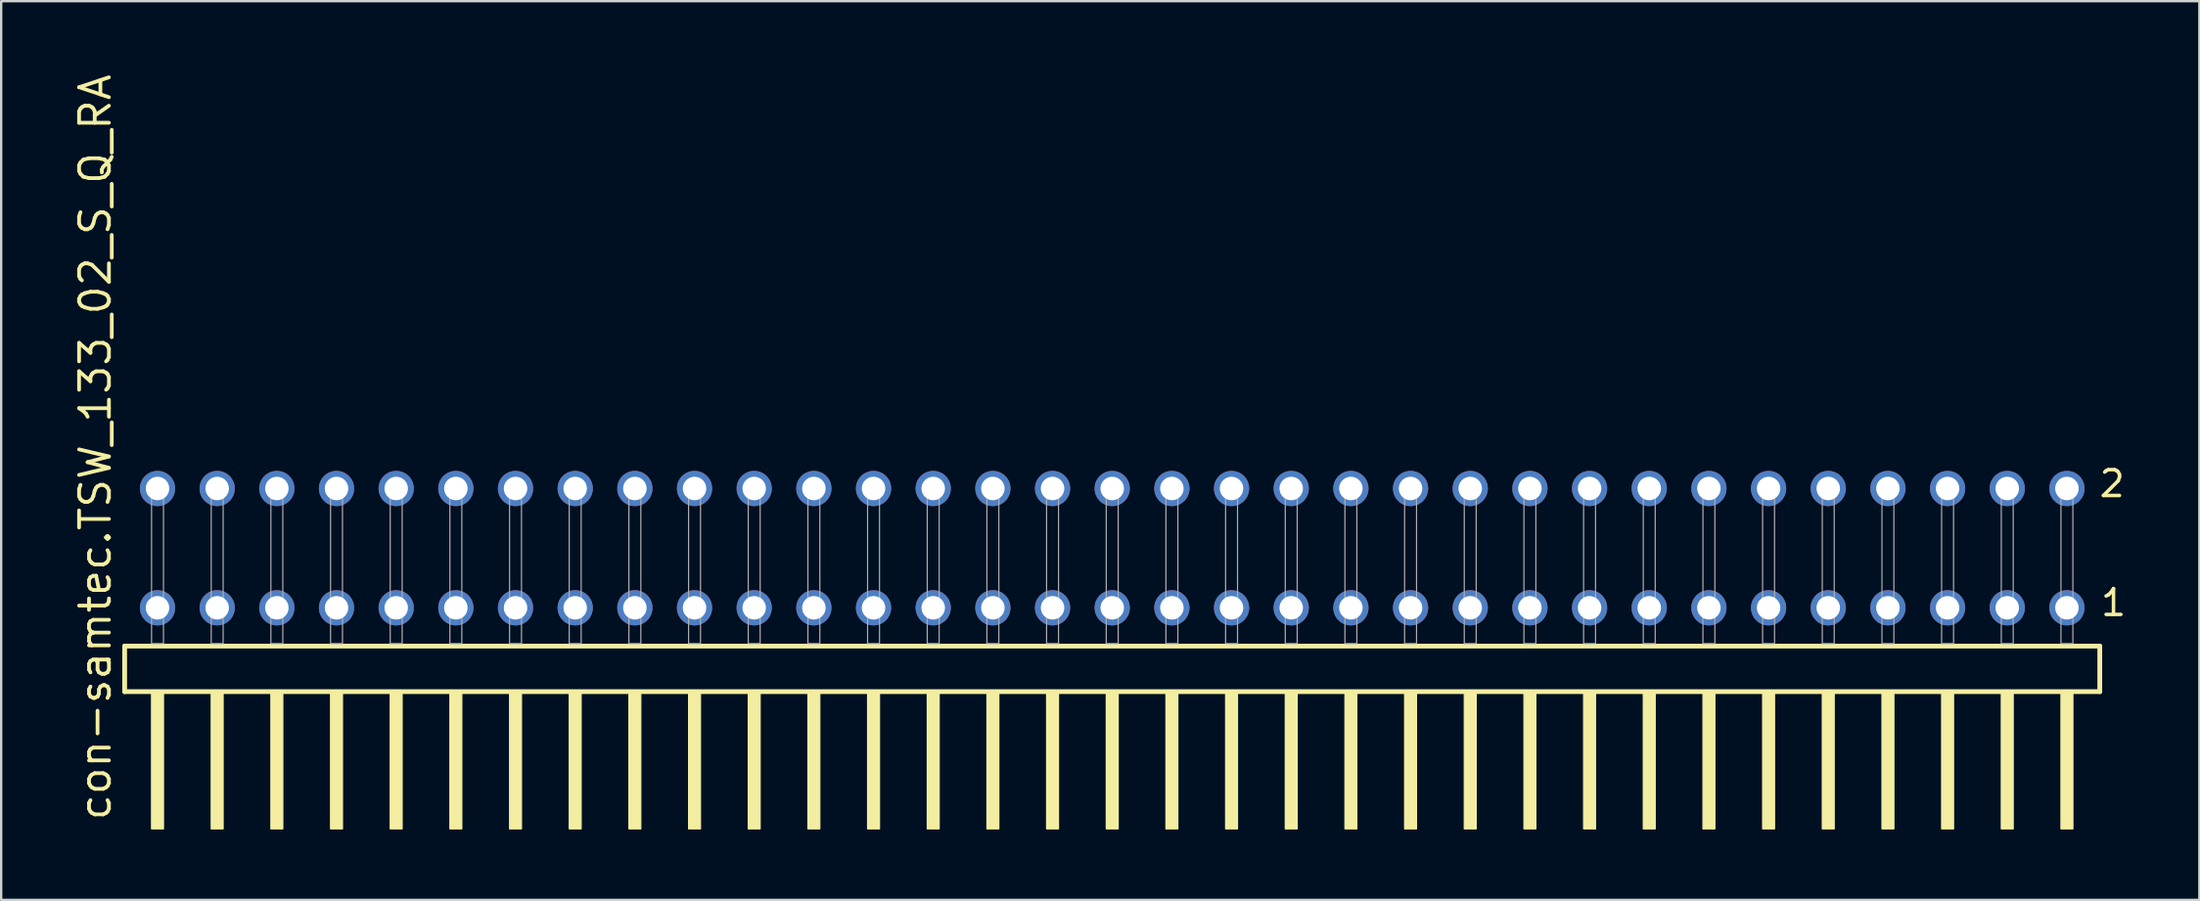
<source format=kicad_pcb>
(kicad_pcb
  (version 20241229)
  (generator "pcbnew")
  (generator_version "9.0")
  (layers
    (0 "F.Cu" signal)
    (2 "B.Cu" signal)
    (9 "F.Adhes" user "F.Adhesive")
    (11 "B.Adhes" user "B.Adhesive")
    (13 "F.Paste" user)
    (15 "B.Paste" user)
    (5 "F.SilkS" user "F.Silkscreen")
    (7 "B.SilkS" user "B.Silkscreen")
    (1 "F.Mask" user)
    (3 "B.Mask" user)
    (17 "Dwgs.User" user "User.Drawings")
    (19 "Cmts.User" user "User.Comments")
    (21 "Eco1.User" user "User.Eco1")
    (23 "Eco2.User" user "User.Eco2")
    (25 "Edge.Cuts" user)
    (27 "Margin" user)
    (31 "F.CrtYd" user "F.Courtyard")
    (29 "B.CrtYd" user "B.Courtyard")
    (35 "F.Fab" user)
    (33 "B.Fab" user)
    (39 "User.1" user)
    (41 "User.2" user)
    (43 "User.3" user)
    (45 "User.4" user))
  (footprint "con-samtec.TSW_133_02_S_Q_RA"
    (layer "F.Cu")
    (at 44.295 24.356)
    (property "Reference" "con-samtec.TSW_133_02_S_Q_RA" (at -42.545 7.62 90) (layer "F.SilkS") (effects (font (size 1.27 1.27) (thickness 0.16)) (justify left bottom)))
    (attr through_hole)
    (fp_line (start -42.039 0.106) (end -42.039 2.046) (stroke (width 0.203) (type default)) (layer "F.SilkS"))
    (fp_line (start -42.039 2.046) (end 42.039 2.046) (stroke (width 0.203) (type default)) (layer "F.SilkS"))
    (fp_line (start 42.039 0.106) (end -42.039 0.106) (stroke (width 0.203) (type default)) (layer "F.SilkS"))
    (fp_line (start 42.039 2.046) (end 42.039 0.106) (stroke (width 0.203) (type default)) (layer "F.SilkS"))
    (fp_rect (start -40.894 7.89) (end -40.386 2.04) (stroke (width 0.05) (type default)) (fill yes) (layer "F.SilkS"))
    (fp_rect (start -38.354 7.89) (end -37.846 2.04) (stroke (width 0.05) (type default)) (fill yes) (layer "F.SilkS"))
    (fp_rect (start -35.814 7.89) (end -35.306 2.04) (stroke (width 0.05) (type default)) (fill yes) (layer "F.SilkS"))
    (fp_rect (start -33.274 7.89) (end -32.766 2.04) (stroke (width 0.05) (type default)) (fill yes) (layer "F.SilkS"))
    (fp_rect (start -30.734 7.89) (end -30.226 2.04) (stroke (width 0.05) (type default)) (fill yes) (layer "F.SilkS"))
    (fp_rect (start -28.194 7.89) (end -27.686 2.04) (stroke (width 0.05) (type default)) (fill yes) (layer "F.SilkS"))
    (fp_rect (start -25.654 7.89) (end -25.146 2.04) (stroke (width 0.05) (type default)) (fill yes) (layer "F.SilkS"))
    (fp_rect (start -23.114 7.89) (end -22.606 2.04) (stroke (width 0.05) (type default)) (fill yes) (layer "F.SilkS"))
    (fp_rect (start -20.574 7.89) (end -20.066 2.04) (stroke (width 0.05) (type default)) (fill yes) (layer "F.SilkS"))
    (fp_rect (start -18.034 7.89) (end -17.526 2.04) (stroke (width 0.05) (type default)) (fill yes) (layer "F.SilkS"))
    (fp_rect (start -15.494 7.89) (end -14.986 2.04) (stroke (width 0.05) (type default)) (fill yes) (layer "F.SilkS"))
    (fp_rect (start -12.954 7.89) (end -12.446 2.04) (stroke (width 0.05) (type default)) (fill yes) (layer "F.SilkS"))
    (fp_rect (start -10.414 7.89) (end -9.906 2.04) (stroke (width 0.05) (type default)) (fill yes) (layer "F.SilkS"))
    (fp_rect (start -7.874 7.89) (end -7.366 2.04) (stroke (width 0.05) (type default)) (fill yes) (layer "F.SilkS"))
    (fp_rect (start -5.334 7.89) (end -4.826 2.04) (stroke (width 0.05) (type default)) (fill yes) (layer "F.SilkS"))
    (fp_rect (start -2.794 7.89) (end -2.286 2.04) (stroke (width 0.05) (type default)) (fill yes) (layer "F.SilkS"))
    (fp_rect (start -0.254 7.89) (end 0.254 2.04) (stroke (width 0.05) (type default)) (fill yes) (layer "F.SilkS"))
    (fp_rect (start 2.286 7.89) (end 2.794 2.04) (stroke (width 0.05) (type default)) (fill yes) (layer "F.SilkS"))
    (fp_rect (start 4.826 7.89) (end 5.334 2.04) (stroke (width 0.05) (type default)) (fill yes) (layer "F.SilkS"))
    (fp_rect (start 7.366 7.89) (end 7.874 2.04) (stroke (width 0.05) (type default)) (fill yes) (layer "F.SilkS"))
    (fp_rect (start 9.906 7.89) (end 10.414 2.04) (stroke (width 0.05) (type default)) (fill yes) (layer "F.SilkS"))
    (fp_rect (start 12.446 7.89) (end 12.954 2.04) (stroke (width 0.05) (type default)) (fill yes) (layer "F.SilkS"))
    (fp_rect (start 14.986 7.89) (end 15.494 2.04) (stroke (width 0.05) (type default)) (fill yes) (layer "F.SilkS"))
    (fp_rect (start 17.526 7.89) (end 18.034 2.04) (stroke (width 0.05) (type default)) (fill yes) (layer "F.SilkS"))
    (fp_rect (start 20.066 7.89) (end 20.574 2.04) (stroke (width 0.05) (type default)) (fill yes) (layer "F.SilkS"))
    (fp_rect (start 22.606 7.89) (end 23.114 2.04) (stroke (width 0.05) (type default)) (fill yes) (layer "F.SilkS"))
    (fp_rect (start 25.146 7.89) (end 25.654 2.04) (stroke (width 0.05) (type default)) (fill yes) (layer "F.SilkS"))
    (fp_rect (start 27.686 7.89) (end 28.194 2.04) (stroke (width 0.05) (type default)) (fill yes) (layer "F.SilkS"))
    (fp_rect (start 30.226 7.89) (end 30.734 2.04) (stroke (width 0.05) (type default)) (fill yes) (layer "F.SilkS"))
    (fp_rect (start 32.766 7.89) (end 33.274 2.04) (stroke (width 0.05) (type default)) (fill yes) (layer "F.SilkS"))
    (fp_rect (start 35.306 7.89) (end 35.814 2.04) (stroke (width 0.05) (type default)) (fill yes) (layer "F.SilkS"))
    (fp_rect (start 37.846 7.89) (end 38.354 2.04) (stroke (width 0.05) (type default)) (fill yes) (layer "F.SilkS"))
    (fp_rect (start 40.386 7.89) (end 40.894 2.04) (stroke (width 0.05) (type default)) (fill yes) (layer "F.SilkS"))
    (fp_rect (start -40.894 0) (end -40.386 -6.858) (stroke (width 0.05) (type default)) (fill no) (layer "F.Fab"))
    (fp_rect (start -38.354 0) (end -37.846 -6.858) (stroke (width 0.05) (type default)) (fill no) (layer "F.Fab"))
    (fp_rect (start -35.814 0) (end -35.306 -6.858) (stroke (width 0.05) (type default)) (fill no) (layer "F.Fab"))
    (fp_rect (start -33.274 0) (end -32.766 -6.858) (stroke (width 0.05) (type default)) (fill no) (layer "F.Fab"))
    (fp_rect (start -30.734 0) (end -30.226 -6.858) (stroke (width 0.05) (type default)) (fill no) (layer "F.Fab"))
    (fp_rect (start -28.194 0) (end -27.686 -6.858) (stroke (width 0.05) (type default)) (fill no) (layer "F.Fab"))
    (fp_rect (start -25.654 0) (end -25.146 -6.858) (stroke (width 0.05) (type default)) (fill no) (layer "F.Fab"))
    (fp_rect (start -23.114 0) (end -22.606 -6.858) (stroke (width 0.05) (type default)) (fill no) (layer "F.Fab"))
    (fp_rect (start -20.574 0) (end -20.066 -6.858) (stroke (width 0.05) (type default)) (fill no) (layer "F.Fab"))
    (fp_rect (start -18.034 0) (end -17.526 -6.858) (stroke (width 0.05) (type default)) (fill no) (layer "F.Fab"))
    (fp_rect (start -15.494 0) (end -14.986 -6.858) (stroke (width 0.05) (type default)) (fill no) (layer "F.Fab"))
    (fp_rect (start -12.954 0) (end -12.446 -6.858) (stroke (width 0.05) (type default)) (fill no) (layer "F.Fab"))
    (fp_rect (start -10.414 0) (end -9.906 -6.858) (stroke (width 0.05) (type default)) (fill no) (layer "F.Fab"))
    (fp_rect (start -7.874 0) (end -7.366 -6.858) (stroke (width 0.05) (type default)) (fill no) (layer "F.Fab"))
    (fp_rect (start -5.334 0) (end -4.826 -6.858) (stroke (width 0.05) (type default)) (fill no) (layer "F.Fab"))
    (fp_rect (start -2.794 0) (end -2.286 -6.858) (stroke (width 0.05) (type default)) (fill no) (layer "F.Fab"))
    (fp_rect (start -0.254 0) (end 0.254 -6.858) (stroke (width 0.05) (type default)) (fill no) (layer "F.Fab"))
    (fp_rect (start 2.286 0) (end 2.794 -6.858) (stroke (width 0.05) (type default)) (fill no) (layer "F.Fab"))
    (fp_rect (start 4.826 0) (end 5.334 -6.858) (stroke (width 0.05) (type default)) (fill no) (layer "F.Fab"))
    (fp_rect (start 7.366 0) (end 7.874 -6.858) (stroke (width 0.05) (type default)) (fill no) (layer "F.Fab"))
    (fp_rect (start 9.906 0) (end 10.414 -6.858) (stroke (width 0.05) (type default)) (fill no) (layer "F.Fab"))
    (fp_rect (start 12.446 0) (end 12.954 -6.858) (stroke (width 0.05) (type default)) (fill no) (layer "F.Fab"))
    (fp_rect (start 14.986 0) (end 15.494 -6.858) (stroke (width 0.05) (type default)) (fill no) (layer "F.Fab"))
    (fp_rect (start 17.526 0) (end 18.034 -6.858) (stroke (width 0.05) (type default)) (fill no) (layer "F.Fab"))
    (fp_rect (start 20.066 0) (end 20.574 -6.858) (stroke (width 0.05) (type default)) (fill no) (layer "F.Fab"))
    (fp_rect (start 22.606 0) (end 23.114 -6.858) (stroke (width 0.05) (type default)) (fill no) (layer "F.Fab"))
    (fp_rect (start 25.146 0) (end 25.654 -6.858) (stroke (width 0.05) (type default)) (fill no) (layer "F.Fab"))
    (fp_rect (start 27.686 0) (end 28.194 -6.858) (stroke (width 0.05) (type default)) (fill no) (layer "F.Fab"))
    (fp_rect (start 30.226 0) (end 30.734 -6.858) (stroke (width 0.05) (type default)) (fill no) (layer "F.Fab"))
    (fp_rect (start 32.766 0) (end 33.274 -6.858) (stroke (width 0.05) (type default)) (fill no) (layer "F.Fab"))
    (fp_rect (start 35.306 0) (end 35.814 -6.858) (stroke (width 0.05) (type default)) (fill no) (layer "F.Fab"))
    (fp_rect (start 37.846 0) (end 38.354 -6.858) (stroke (width 0.05) (type default)) (fill no) (layer "F.Fab"))
    (fp_rect (start 40.386 0) (end 40.894 -6.858) (stroke (width 0.05) (type default)) (fill no) (layer "F.Fab"))
    (fp_text user "1" (at 42 -1.1 0) (layer "F.SilkS") (effects (font (size 1.1 1.1) (thickness 0.15)) (justify left bottom)))
    (fp_text user "2" (at 41.94 -6.165 0) (layer "F.SilkS") (effects (font (size 1.1 1.1) (thickness 0.15)) (justify left bottom)))
    (pad "1" thru_hole circle (at 40.64 -1.524 180) (size 1.5 1.5) (drill 1) (layers "*.Cu" "*.Mask"))
    (pad "2" thru_hole circle (at 40.64 -6.604 180) (size 1.5 1.5) (drill 1) (layers "*.Cu" "*.Mask"))
    (pad "3" thru_hole circle (at 38.1 -1.524 180) (size 1.5 1.5) (drill 1) (layers "*.Cu" "*.Mask"))
    (pad "4" thru_hole circle (at 38.1 -6.604 180) (size 1.5 1.5) (drill 1) (layers "*.Cu" "*.Mask"))
    (pad "5" thru_hole circle (at 35.56 -1.524 180) (size 1.5 1.5) (drill 1) (layers "*.Cu" "*.Mask"))
    (pad "6" thru_hole circle (at 35.56 -6.604 180) (size 1.5 1.5) (drill 1) (layers "*.Cu" "*.Mask"))
    (pad "7" thru_hole circle (at 33.02 -1.524 180) (size 1.5 1.5) (drill 1) (layers "*.Cu" "*.Mask"))
    (pad "8" thru_hole circle (at 33.02 -6.604 180) (size 1.5 1.5) (drill 1) (layers "*.Cu" "*.Mask"))
    (pad "9" thru_hole circle (at 30.48 -1.524 180) (size 1.5 1.5) (drill 1) (layers "*.Cu" "*.Mask"))
    (pad "10" thru_hole circle (at 30.48 -6.604 180) (size 1.5 1.5) (drill 1) (layers "*.Cu" "*.Mask"))
    (pad "11" thru_hole circle (at 27.94 -1.524 180) (size 1.5 1.5) (drill 1) (layers "*.Cu" "*.Mask"))
    (pad "12" thru_hole circle (at 27.94 -6.604 180) (size 1.5 1.5) (drill 1) (layers "*.Cu" "*.Mask"))
    (pad "13" thru_hole circle (at 25.4 -1.524 180) (size 1.5 1.5) (drill 1) (layers "*.Cu" "*.Mask"))
    (pad "14" thru_hole circle (at 25.4 -6.604 180) (size 1.5 1.5) (drill 1) (layers "*.Cu" "*.Mask"))
    (pad "15" thru_hole circle (at 22.86 -1.524 180) (size 1.5 1.5) (drill 1) (layers "*.Cu" "*.Mask"))
    (pad "16" thru_hole circle (at 22.86 -6.604 180) (size 1.5 1.5) (drill 1) (layers "*.Cu" "*.Mask"))
    (pad "17" thru_hole circle (at 20.32 -1.524 180) (size 1.5 1.5) (drill 1) (layers "*.Cu" "*.Mask"))
    (pad "18" thru_hole circle (at 20.32 -6.604 180) (size 1.5 1.5) (drill 1) (layers "*.Cu" "*.Mask"))
    (pad "19" thru_hole circle (at 17.78 -1.524 180) (size 1.5 1.5) (drill 1) (layers "*.Cu" "*.Mask"))
    (pad "20" thru_hole circle (at 17.78 -6.604 180) (size 1.5 1.5) (drill 1) (layers "*.Cu" "*.Mask"))
    (pad "21" thru_hole circle (at 15.24 -1.524 180) (size 1.5 1.5) (drill 1) (layers "*.Cu" "*.Mask"))
    (pad "22" thru_hole circle (at 15.24 -6.604 180) (size 1.5 1.5) (drill 1) (layers "*.Cu" "*.Mask"))
    (pad "23" thru_hole circle (at 12.7 -1.524 180) (size 1.5 1.5) (drill 1) (layers "*.Cu" "*.Mask"))
    (pad "24" thru_hole circle (at 12.7 -6.604 180) (size 1.5 1.5) (drill 1) (layers "*.Cu" "*.Mask"))
    (pad "25" thru_hole circle (at 10.16 -1.524 180) (size 1.5 1.5) (drill 1) (layers "*.Cu" "*.Mask"))
    (pad "26" thru_hole circle (at 10.16 -6.604 180) (size 1.5 1.5) (drill 1) (layers "*.Cu" "*.Mask"))
    (pad "27" thru_hole circle (at 7.62 -1.524 180) (size 1.5 1.5) (drill 1) (layers "*.Cu" "*.Mask"))
    (pad "28" thru_hole circle (at 7.62 -6.604 180) (size 1.5 1.5) (drill 1) (layers "*.Cu" "*.Mask"))
    (pad "29" thru_hole circle (at 5.08 -1.524 180) (size 1.5 1.5) (drill 1) (layers "*.Cu" "*.Mask"))
    (pad "30" thru_hole circle (at 5.08 -6.604 180) (size 1.5 1.5) (drill 1) (layers "*.Cu" "*.Mask"))
    (pad "31" thru_hole circle (at 2.54 -1.524 180) (size 1.5 1.5) (drill 1) (layers "*.Cu" "*.Mask"))
    (pad "32" thru_hole circle (at 2.54 -6.604 180) (size 1.5 1.5) (drill 1) (layers "*.Cu" "*.Mask"))
    (pad "33" thru_hole circle (at 0 -1.524 180) (size 1.5 1.5) (drill 1) (layers "*.Cu" "*.Mask"))
    (pad "34" thru_hole circle (at 0 -6.604 180) (size 1.5 1.5) (drill 1) (layers "*.Cu" "*.Mask"))
    (pad "35" thru_hole circle (at -2.54 -1.524 180) (size 1.5 1.5) (drill 1) (layers "*.Cu" "*.Mask"))
    (pad "36" thru_hole circle (at -2.54 -6.604 180) (size 1.5 1.5) (drill 1) (layers "*.Cu" "*.Mask"))
    (pad "37" thru_hole circle (at -5.08 -1.524 180) (size 1.5 1.5) (drill 1) (layers "*.Cu" "*.Mask"))
    (pad "38" thru_hole circle (at -5.08 -6.604 180) (size 1.5 1.5) (drill 1) (layers "*.Cu" "*.Mask"))
    (pad "39" thru_hole circle (at -7.62 -1.524 180) (size 1.5 1.5) (drill 1) (layers "*.Cu" "*.Mask"))
    (pad "40" thru_hole circle (at -7.62 -6.604 180) (size 1.5 1.5) (drill 1) (layers "*.Cu" "*.Mask"))
    (pad "41" thru_hole circle (at -10.16 -1.524 180) (size 1.5 1.5) (drill 1) (layers "*.Cu" "*.Mask"))
    (pad "42" thru_hole circle (at -10.16 -6.604 180) (size 1.5 1.5) (drill 1) (layers "*.Cu" "*.Mask"))
    (pad "43" thru_hole circle (at -12.7 -1.524 180) (size 1.5 1.5) (drill 1) (layers "*.Cu" "*.Mask"))
    (pad "44" thru_hole circle (at -12.7 -6.604 180) (size 1.5 1.5) (drill 1) (layers "*.Cu" "*.Mask"))
    (pad "45" thru_hole circle (at -15.24 -1.524 180) (size 1.5 1.5) (drill 1) (layers "*.Cu" "*.Mask"))
    (pad "46" thru_hole circle (at -15.24 -6.604 180) (size 1.5 1.5) (drill 1) (layers "*.Cu" "*.Mask"))
    (pad "47" thru_hole circle (at -17.78 -1.524 180) (size 1.5 1.5) (drill 1) (layers "*.Cu" "*.Mask"))
    (pad "48" thru_hole circle (at -17.78 -6.604 180) (size 1.5 1.5) (drill 1) (layers "*.Cu" "*.Mask"))
    (pad "49" thru_hole circle (at -20.32 -1.524 180) (size 1.5 1.5) (drill 1) (layers "*.Cu" "*.Mask"))
    (pad "50" thru_hole circle (at -20.32 -6.604 180) (size 1.5 1.5) (drill 1) (layers "*.Cu" "*.Mask"))
    (pad "51" thru_hole circle (at -22.86 -1.524 180) (size 1.5 1.5) (drill 1) (layers "*.Cu" "*.Mask"))
    (pad "52" thru_hole circle (at -22.86 -6.604 180) (size 1.5 1.5) (drill 1) (layers "*.Cu" "*.Mask"))
    (pad "53" thru_hole circle (at -25.4 -1.524 180) (size 1.5 1.5) (drill 1) (layers "*.Cu" "*.Mask"))
    (pad "54" thru_hole circle (at -25.4 -6.604 180) (size 1.5 1.5) (drill 1) (layers "*.Cu" "*.Mask"))
    (pad "55" thru_hole circle (at -27.94 -1.524 180) (size 1.5 1.5) (drill 1) (layers "*.Cu" "*.Mask"))
    (pad "56" thru_hole circle (at -27.94 -6.604 180) (size 1.5 1.5) (drill 1) (layers "*.Cu" "*.Mask"))
    (pad "57" thru_hole circle (at -30.48 -1.524 180) (size 1.5 1.5) (drill 1) (layers "*.Cu" "*.Mask"))
    (pad "58" thru_hole circle (at -30.48 -6.604 180) (size 1.5 1.5) (drill 1) (layers "*.Cu" "*.Mask"))
    (pad "59" thru_hole circle (at -33.02 -1.524 180) (size 1.5 1.5) (drill 1) (layers "*.Cu" "*.Mask"))
    (pad "60" thru_hole circle (at -33.02 -6.604 180) (size 1.5 1.5) (drill 1) (layers "*.Cu" "*.Mask"))
    (pad "61" thru_hole circle (at -35.56 -1.524 180) (size 1.5 1.5) (drill 1) (layers "*.Cu" "*.Mask"))
    (pad "62" thru_hole circle (at -35.56 -6.604 180) (size 1.5 1.5) (drill 1) (layers "*.Cu" "*.Mask"))
    (pad "63" thru_hole circle (at -38.1 -1.524 180) (size 1.5 1.5) (drill 1) (layers "*.Cu" "*.Mask"))
    (pad "64" thru_hole circle (at -38.1 -6.604 180) (size 1.5 1.5) (drill 1) (layers "*.Cu" "*.Mask"))
    (pad "65" thru_hole circle (at -40.64 -1.524 180) (size 1.5 1.5) (drill 1) (layers "*.Cu" "*.Mask"))
    (pad "66" thru_hole circle (at -40.64 -6.604 180) (size 1.5 1.5) (drill 1) (layers "*.Cu" "*.Mask")))
  (gr_rect
    (start -3 -3)
    (end 90.573 35.271)
    (stroke (width 0.1) (type default))
    (fill no)
    (layer "Edge.Cuts")))
</source>
